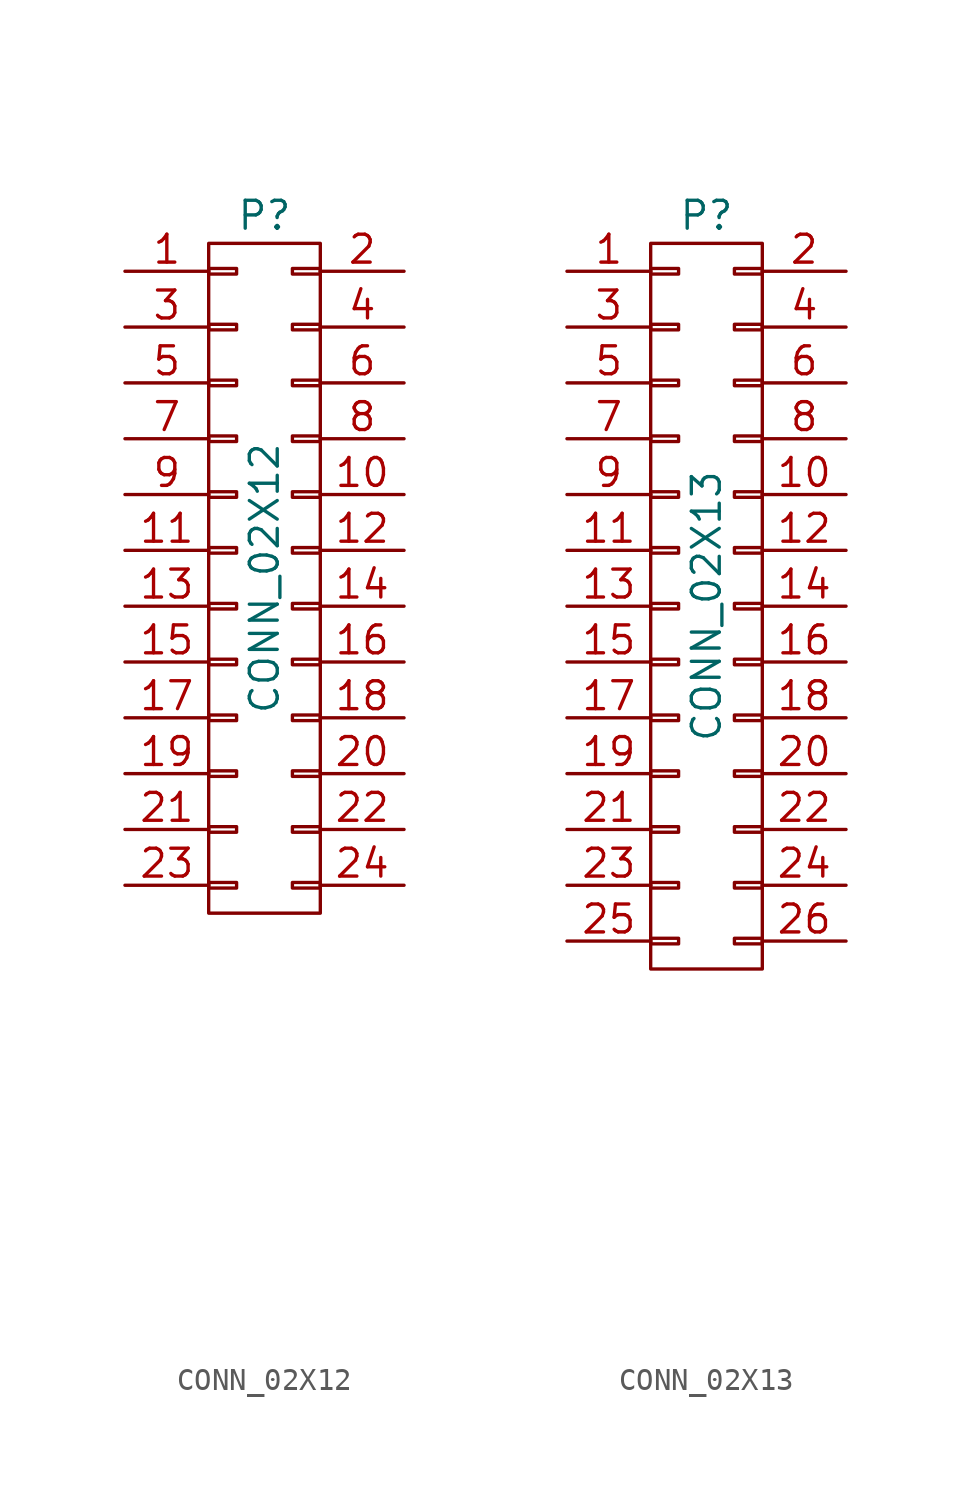
<source format=kicad_sym>
(kicad_symbol_lib
  (version 20231120)
  (generator "kicad_symbol_editor")
  (generator_version "8.0")
  (symbol "CONN_02X12"
    (pin_names
      (offset 0.025) hide)
    (property "Reference" "P"
      (at 0 16.51 0)
      (effects (font (size 1.27 1.27))))
    (property "Value" "CONN_02X12"
      (at 0 0 90)
      (effects (font (size 1.27 1.27))))
    (property "Footprint" ""
      (at 0 -30.48 0)
      (effects (font (size 1.27 1.27))))
    (property "Datasheet" ""
      (at 0 -30.48 0)
      (effects (font (size 1.27 1.27))))
    (symbol "CONN_02X12_0_1"
      (rectangle (start -2.54 -13.843) (end -1.27 -14.097) (stroke (width 0) (type solid)) (fill (type none)))
      (rectangle (start -2.54 -11.303) (end -1.27 -11.557) (stroke (width 0) (type solid)) (fill (type none)))
      (rectangle (start -2.54 -8.763) (end -1.27 -9.017) (stroke (width 0) (type solid)) (fill (type none)))
      (rectangle (start -2.54 -6.223) (end -1.27 -6.477) (stroke (width 0) (type solid)) (fill (type none)))
      (rectangle (start -2.54 -3.683) (end -1.27 -3.937) (stroke (width 0) (type solid)) (fill (type none)))
      (rectangle (start -2.54 -1.143) (end -1.27 -1.397) (stroke (width 0) (type solid)) (fill (type none)))
      (rectangle (start -2.54 1.397) (end -1.27 1.143) (stroke (width 0) (type solid)) (fill (type none)))
      (rectangle (start -2.54 3.937) (end -1.27 3.683) (stroke (width 0) (type solid)) (fill (type none)))
      (rectangle (start -2.54 6.477) (end -1.27 6.223) (stroke (width 0) (type solid)) (fill (type none)))
      (rectangle (start -2.54 9.017) (end -1.27 8.763) (stroke (width 0) (type solid)) (fill (type none)))
      (rectangle (start -2.54 11.557) (end -1.27 11.303) (stroke (width 0) (type solid)) (fill (type none)))
      (rectangle (start -2.54 14.097) (end -1.27 13.843) (stroke (width 0) (type solid)) (fill (type none)))
      (rectangle (start -2.54 15.24) (end 2.54 -15.24) (stroke (width 0) (type solid)) (fill (type none)))
      (rectangle (start 1.27 -13.843) (end 2.54 -14.097) (stroke (width 0) (type solid)) (fill (type none)))
      (rectangle (start 1.27 -11.303) (end 2.54 -11.557) (stroke (width 0) (type solid)) (fill (type none)))
      (rectangle (start 1.27 -8.763) (end 2.54 -9.017) (stroke (width 0) (type solid)) (fill (type none)))
      (rectangle (start 1.27 -6.223) (end 2.54 -6.477) (stroke (width 0) (type solid)) (fill (type none)))
      (rectangle (start 1.27 -3.683) (end 2.54 -3.937) (stroke (width 0) (type solid)) (fill (type none)))
      (rectangle (start 1.27 -1.143) (end 2.54 -1.397) (stroke (width 0) (type solid)) (fill (type none)))
      (rectangle (start 1.27 1.397) (end 2.54 1.143) (stroke (width 0) (type solid)) (fill (type none)))
      (rectangle (start 1.27 3.937) (end 2.54 3.683) (stroke (width 0) (type solid)) (fill (type none)))
      (rectangle (start 1.27 6.477) (end 2.54 6.223) (stroke (width 0) (type solid)) (fill (type none)))
      (rectangle (start 1.27 9.017) (end 2.54 8.763) (stroke (width 0) (type solid)) (fill (type none)))
      (rectangle (start 1.27 11.557) (end 2.54 11.303) (stroke (width 0) (type solid)) (fill (type none)))
      (rectangle (start 1.27 14.097) (end 2.54 13.843) (stroke (width 0) (type solid)) (fill (type none))))
    (symbol "CONN_02X12_1_1"
      (pin passive line (at -6.35 13.97 0) (length 3.81) (name "P1" (effects (font (size 1.27 1.27)))) (number "1" (effects (font (size 1.27 1.27)))))
      (pin passive line (at 6.35 3.81 180) (length 3.81) (name "P10" (effects (font (size 1.27 1.27)))) (number "10" (effects (font (size 1.27 1.27)))))
      (pin passive line (at -6.35 1.27 0) (length 3.81) (name "P11" (effects (font (size 1.27 1.27)))) (number "11" (effects (font (size 1.27 1.27)))))
      (pin passive line (at 6.35 1.27 180) (length 3.81) (name "P12" (effects (font (size 1.27 1.27)))) (number "12" (effects (font (size 1.27 1.27)))))
      (pin passive line (at -6.35 -1.27 0) (length 3.81) (name "P13" (effects (font (size 1.27 1.27)))) (number "13" (effects (font (size 1.27 1.27)))))
      (pin passive line (at 6.35 -1.27 180) (length 3.81) (name "P14" (effects (font (size 1.27 1.27)))) (number "14" (effects (font (size 1.27 1.27)))))
      (pin passive line (at -6.35 -3.81 0) (length 3.81) (name "P15" (effects (font (size 1.27 1.27)))) (number "15" (effects (font (size 1.27 1.27)))))
      (pin passive line (at 6.35 -3.81 180) (length 3.81) (name "P16" (effects (font (size 1.27 1.27)))) (number "16" (effects (font (size 1.27 1.27)))))
      (pin passive line (at -6.35 -6.35 0) (length 3.81) (name "P17" (effects (font (size 1.27 1.27)))) (number "17" (effects (font (size 1.27 1.27)))))
      (pin passive line (at 6.35 -6.35 180) (length 3.81) (name "P18" (effects (font (size 1.27 1.27)))) (number "18" (effects (font (size 1.27 1.27)))))
      (pin passive line (at -6.35 -8.89 0) (length 3.81) (name "P19" (effects (font (size 1.27 1.27)))) (number "19" (effects (font (size 1.27 1.27)))))
      (pin passive line (at 6.35 13.97 180) (length 3.81) (name "P2" (effects (font (size 1.27 1.27)))) (number "2" (effects (font (size 1.27 1.27)))))
      (pin passive line (at 6.35 -8.89 180) (length 3.81) (name "P20" (effects (font (size 1.27 1.27)))) (number "20" (effects (font (size 1.27 1.27)))))
      (pin passive line (at -6.35 -11.43 0) (length 3.81) (name "P21" (effects (font (size 1.27 1.27)))) (number "21" (effects (font (size 1.27 1.27)))))
      (pin passive line (at 6.35 -11.43 180) (length 3.81) (name "P22" (effects (font (size 1.27 1.27)))) (number "22" (effects (font (size 1.27 1.27)))))
      (pin passive line (at -6.35 -13.97 0) (length 3.81) (name "P23" (effects (font (size 1.27 1.27)))) (number "23" (effects (font (size 1.27 1.27)))))
      (pin passive line (at 6.35 -13.97 180) (length 3.81) (name "P24" (effects (font (size 1.27 1.27)))) (number "24" (effects (font (size 1.27 1.27)))))
      (pin passive line (at -6.35 11.43 0) (length 3.81) (name "P3" (effects (font (size 1.27 1.27)))) (number "3" (effects (font (size 1.27 1.27)))))
      (pin passive line (at 6.35 11.43 180) (length 3.81) (name "P4" (effects (font (size 1.27 1.27)))) (number "4" (effects (font (size 1.27 1.27)))))
      (pin passive line (at -6.35 8.89 0) (length 3.81) (name "P5" (effects (font (size 1.27 1.27)))) (number "5" (effects (font (size 1.27 1.27)))))
      (pin passive line (at 6.35 8.89 180) (length 3.81) (name "P6" (effects (font (size 1.27 1.27)))) (number "6" (effects (font (size 1.27 1.27)))))
      (pin passive line (at -6.35 6.35 0) (length 3.81) (name "P7" (effects (font (size 1.27 1.27)))) (number "7" (effects (font (size 1.27 1.27)))))
      (pin passive line (at 6.35 6.35 180) (length 3.81) (name "P8" (effects (font (size 1.27 1.27)))) (number "8" (effects (font (size 1.27 1.27)))))
      (pin passive line (at -6.35 3.81 0) (length 3.81) (name "P9" (effects (font (size 1.27 1.27)))) (number "9" (effects (font (size 1.27 1.27)))))))
  (symbol "CONN_02X13"
    (pin_names
      (offset 0.025) hide)
    (property "Reference" "P"
      (at 0 17.78 0)
      (effects (font (size 1.27 1.27))))
    (property "Value" "CONN_02X13"
      (at 0 0 90)
      (effects (font (size 1.27 1.27))))
    (property "Footprint" ""
      (at 0 -29.21 0)
      (effects (font (size 1.27 1.27))))
    (property "Datasheet" ""
      (at 0 -29.21 0)
      (effects (font (size 1.27 1.27))))
    (symbol "CONN_02X13_0_1"
      (rectangle (start -2.54 -15.113) (end -1.27 -15.367) (stroke (width 0) (type solid)) (fill (type none)))
      (rectangle (start -2.54 -12.573) (end -1.27 -12.827) (stroke (width 0) (type solid)) (fill (type none)))
      (rectangle (start -2.54 -10.033) (end -1.27 -10.287) (stroke (width 0) (type solid)) (fill (type none)))
      (rectangle (start -2.54 -7.493) (end -1.27 -7.747) (stroke (width 0) (type solid)) (fill (type none)))
      (rectangle (start -2.54 -4.953) (end -1.27 -5.207) (stroke (width 0) (type solid)) (fill (type none)))
      (rectangle (start -2.54 -2.413) (end -1.27 -2.667) (stroke (width 0) (type solid)) (fill (type none)))
      (rectangle (start -2.54 0.127) (end -1.27 -0.127) (stroke (width 0) (type solid)) (fill (type none)))
      (rectangle (start -2.54 2.667) (end -1.27 2.413) (stroke (width 0) (type solid)) (fill (type none)))
      (rectangle (start -2.54 5.207) (end -1.27 4.953) (stroke (width 0) (type solid)) (fill (type none)))
      (rectangle (start -2.54 7.747) (end -1.27 7.493) (stroke (width 0) (type solid)) (fill (type none)))
      (rectangle (start -2.54 10.287) (end -1.27 10.033) (stroke (width 0) (type solid)) (fill (type none)))
      (rectangle (start -2.54 12.827) (end -1.27 12.573) (stroke (width 0) (type solid)) (fill (type none)))
      (rectangle (start -2.54 15.367) (end -1.27 15.113) (stroke (width 0) (type solid)) (fill (type none)))
      (rectangle (start -2.54 16.51) (end 2.54 -16.51) (stroke (width 0) (type solid)) (fill (type none)))
      (rectangle (start 1.27 -15.113) (end 2.54 -15.367) (stroke (width 0) (type solid)) (fill (type none)))
      (rectangle (start 1.27 -12.573) (end 2.54 -12.827) (stroke (width 0) (type solid)) (fill (type none)))
      (rectangle (start 1.27 -10.033) (end 2.54 -10.287) (stroke (width 0) (type solid)) (fill (type none)))
      (rectangle (start 1.27 -7.493) (end 2.54 -7.747) (stroke (width 0) (type solid)) (fill (type none)))
      (rectangle (start 1.27 -4.953) (end 2.54 -5.207) (stroke (width 0) (type solid)) (fill (type none)))
      (rectangle (start 1.27 -2.413) (end 2.54 -2.667) (stroke (width 0) (type solid)) (fill (type none)))
      (rectangle (start 1.27 0.127) (end 2.54 -0.127) (stroke (width 0) (type solid)) (fill (type none)))
      (rectangle (start 1.27 2.667) (end 2.54 2.413) (stroke (width 0) (type solid)) (fill (type none)))
      (rectangle (start 1.27 5.207) (end 2.54 4.953) (stroke (width 0) (type solid)) (fill (type none)))
      (rectangle (start 1.27 7.747) (end 2.54 7.493) (stroke (width 0) (type solid)) (fill (type none)))
      (rectangle (start 1.27 10.287) (end 2.54 10.033) (stroke (width 0) (type solid)) (fill (type none)))
      (rectangle (start 1.27 12.827) (end 2.54 12.573) (stroke (width 0) (type solid)) (fill (type none)))
      (rectangle (start 1.27 15.367) (end 2.54 15.113) (stroke (width 0) (type solid)) (fill (type none))))
    (symbol "CONN_02X13_1_1"
      (pin passive line (at -6.35 15.24 0) (length 3.81) (name "P1" (effects (font (size 1.27 1.27)))) (number "1" (effects (font (size 1.27 1.27)))))
      (pin passive line (at 6.35 5.08 180) (length 3.81) (name "P10" (effects (font (size 1.27 1.27)))) (number "10" (effects (font (size 1.27 1.27)))))
      (pin passive line (at -6.35 2.54 0) (length 3.81) (name "P11" (effects (font (size 1.27 1.27)))) (number "11" (effects (font (size 1.27 1.27)))))
      (pin passive line (at 6.35 2.54 180) (length 3.81) (name "P12" (effects (font (size 1.27 1.27)))) (number "12" (effects (font (size 1.27 1.27)))))
      (pin passive line (at -6.35 0 0) (length 3.81) (name "P13" (effects (font (size 1.27 1.27)))) (number "13" (effects (font (size 1.27 1.27)))))
      (pin passive line (at 6.35 0 180) (length 3.81) (name "P14" (effects (font (size 1.27 1.27)))) (number "14" (effects (font (size 1.27 1.27)))))
      (pin passive line (at -6.35 -2.54 0) (length 3.81) (name "P15" (effects (font (size 1.27 1.27)))) (number "15" (effects (font (size 1.27 1.27)))))
      (pin passive line (at 6.35 -2.54 180) (length 3.81) (name "P16" (effects (font (size 1.27 1.27)))) (number "16" (effects (font (size 1.27 1.27)))))
      (pin passive line (at -6.35 -5.08 0) (length 3.81) (name "P17" (effects (font (size 1.27 1.27)))) (number "17" (effects (font (size 1.27 1.27)))))
      (pin passive line (at 6.35 -5.08 180) (length 3.81) (name "P18" (effects (font (size 1.27 1.27)))) (number "18" (effects (font (size 1.27 1.27)))))
      (pin passive line (at -6.35 -7.62 0) (length 3.81) (name "P19" (effects (font (size 1.27 1.27)))) (number "19" (effects (font (size 1.27 1.27)))))
      (pin passive line (at 6.35 15.24 180) (length 3.81) (name "P2" (effects (font (size 1.27 1.27)))) (number "2" (effects (font (size 1.27 1.27)))))
      (pin passive line (at 6.35 -7.62 180) (length 3.81) (name "P20" (effects (font (size 1.27 1.27)))) (number "20" (effects (font (size 1.27 1.27)))))
      (pin passive line (at -6.35 -10.16 0) (length 3.81) (name "P21" (effects (font (size 1.27 1.27)))) (number "21" (effects (font (size 1.27 1.27)))))
      (pin passive line (at 6.35 -10.16 180) (length 3.81) (name "P22" (effects (font (size 1.27 1.27)))) (number "22" (effects (font (size 1.27 1.27)))))
      (pin passive line (at -6.35 -12.7 0) (length 3.81) (name "P23" (effects (font (size 1.27 1.27)))) (number "23" (effects (font (size 1.27 1.27)))))
      (pin passive line (at 6.35 -12.7 180) (length 3.81) (name "P24" (effects (font (size 1.27 1.27)))) (number "24" (effects (font (size 1.27 1.27)))))
      (pin passive line (at -6.35 -15.24 0) (length 3.81) (name "P25" (effects (font (size 1.27 1.27)))) (number "25" (effects (font (size 1.27 1.27)))))
      (pin passive line (at 6.35 -15.24 180) (length 3.81) (name "P26" (effects (font (size 1.27 1.27)))) (number "26" (effects (font (size 1.27 1.27)))))
      (pin passive line (at -6.35 12.7 0) (length 3.81) (name "P3" (effects (font (size 1.27 1.27)))) (number "3" (effects (font (size 1.27 1.27)))))
      (pin passive line (at 6.35 12.7 180) (length 3.81) (name "P4" (effects (font (size 1.27 1.27)))) (number "4" (effects (font (size 1.27 1.27)))))
      (pin passive line (at -6.35 10.16 0) (length 3.81) (name "P5" (effects (font (size 1.27 1.27)))) (number "5" (effects (font (size 1.27 1.27)))))
      (pin passive line (at 6.35 10.16 180) (length 3.81) (name "P6" (effects (font (size 1.27 1.27)))) (number "6" (effects (font (size 1.27 1.27)))))
      (pin passive line (at -6.35 7.62 0) (length 3.81) (name "P7" (effects (font (size 1.27 1.27)))) (number "7" (effects (font (size 1.27 1.27)))))
      (pin passive line (at 6.35 7.62 180) (length 3.81) (name "P8" (effects (font (size 1.27 1.27)))) (number "8" (effects (font (size 1.27 1.27)))))
      (pin passive line (at -6.35 5.08 0) (length 3.81) (name "P9" (effects (font (size 1.27 1.27)))) (number "9" (effects (font (size 1.27 1.27))))))))
</source>
